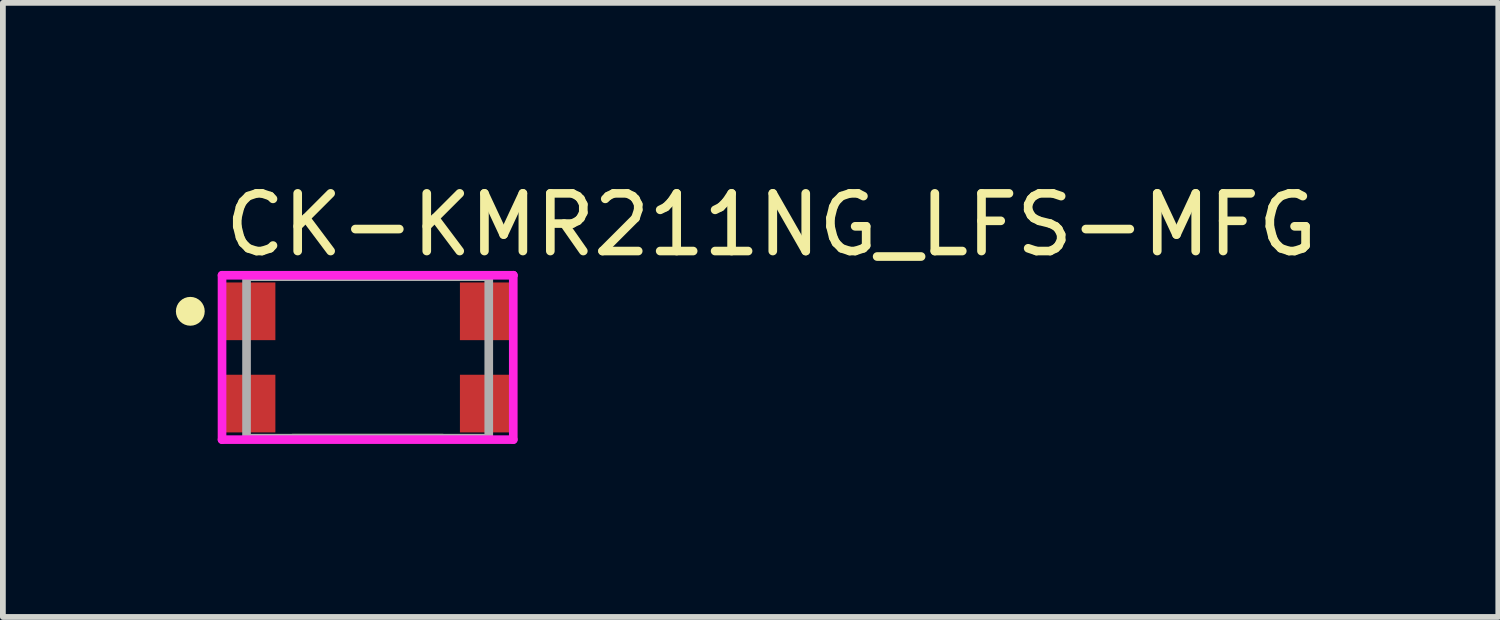
<source format=kicad_pcb>
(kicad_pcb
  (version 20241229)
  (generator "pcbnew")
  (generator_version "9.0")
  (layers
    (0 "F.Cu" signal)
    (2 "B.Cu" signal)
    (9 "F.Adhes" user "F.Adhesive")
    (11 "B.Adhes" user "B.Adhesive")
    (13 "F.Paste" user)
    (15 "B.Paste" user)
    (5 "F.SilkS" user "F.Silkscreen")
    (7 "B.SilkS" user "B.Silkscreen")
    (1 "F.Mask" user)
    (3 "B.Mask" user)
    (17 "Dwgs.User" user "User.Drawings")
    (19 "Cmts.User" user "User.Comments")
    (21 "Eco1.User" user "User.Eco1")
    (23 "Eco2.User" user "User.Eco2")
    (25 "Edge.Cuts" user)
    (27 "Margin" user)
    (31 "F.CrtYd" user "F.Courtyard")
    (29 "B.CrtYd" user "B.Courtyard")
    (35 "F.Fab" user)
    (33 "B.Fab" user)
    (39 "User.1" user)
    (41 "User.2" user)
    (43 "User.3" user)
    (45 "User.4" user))
  (footprint "CK-KMR211NG_LFS-MFG"
    (layer "F.Cu")
    (at 3.325 3.148)
    (property "Reference" "CK-KMR211NG_LFS-MFG" (at -2.55 -2.3 0) (layer "F.SilkS") (effects (font (size 1 1) (thickness 0.15)) (justify left)))
    (attr through_hole)
    (fp_line (start -1.3 -1.4) (end 1.3 -1.4) (stroke (width 0.15) (type solid)) (layer "F.SilkS"))
    (fp_line (start -1.3 1.4) (end 1.3 1.4) (stroke (width 0.15) (type solid)) (layer "F.SilkS"))
    (fp_circle (center -3.075 -0.8) (end -2.95 -0.8) (stroke (width 0.25) (type solid)) (fill no) (layer "F.SilkS"))
    (fp_line (start -2.525 -1.425) (end -2.525 1.425) (stroke (width 0.15) (type solid)) (layer "F.CrtYd"))
    (fp_line (start -2.525 1.425) (end 2.525 1.425) (stroke (width 0.15) (type solid)) (layer "F.CrtYd"))
    (fp_line (start 2.525 -1.425) (end -2.525 -1.425) (stroke (width 0.15) (type solid)) (layer "F.CrtYd"))
    (fp_line (start 2.525 -1.425) (end 2.525 -1.425) (stroke (width 0.15) (type solid)) (layer "F.CrtYd"))
    (fp_line (start 2.525 1.425) (end 2.525 -1.425) (stroke (width 0.15) (type solid)) (layer "F.CrtYd"))
    (fp_line (start -2.1 -1.4) (end 2.1 -1.4) (stroke (width 0.15) (type solid)) (layer "F.Fab"))
    (fp_line (start -2.1 1.4) (end -2.1 -1.4) (stroke (width 0.15) (type solid)) (layer "F.Fab"))
    (fp_line (start 2.1 -1.4) (end 2.1 1.4) (stroke (width 0.15) (type solid)) (layer "F.Fab"))
    (fp_line (start 2.1 1.4) (end -2.1 1.4) (stroke (width 0.15) (type solid)) (layer "F.Fab"))
    (pad "1" smd rect (at -2.05 -0.8 90) (size 1 0.9) (layers "F.Cu" "F.Mask" "F.Paste"))
    (pad "2" smd rect (at 2.05 -0.8 90) (size 1 0.9) (layers "F.Cu" "F.Mask" "F.Paste"))
    (pad "3" smd rect (at -2.05 0.8 90) (size 1 0.9) (layers "F.Cu" "F.Mask" "F.Paste"))
    (pad "4" smd rect (at 2.05 0.8 90) (size 1 0.9) (layers "F.Cu" "F.Mask" "F.Paste")))
  (gr_rect
    (start -3 -3)
    (end 22.93 7.648)
    (stroke (width 0.1) (type default))
    (fill no)
    (layer "Edge.Cuts")))
</source>
